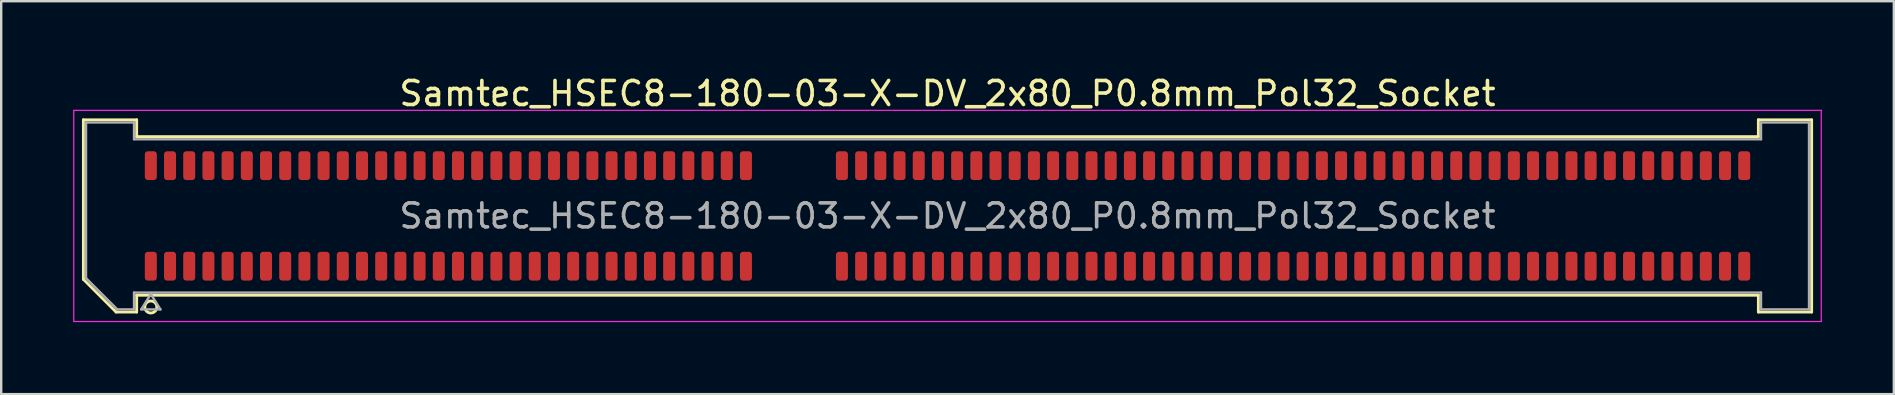
<source format=kicad_pcb>
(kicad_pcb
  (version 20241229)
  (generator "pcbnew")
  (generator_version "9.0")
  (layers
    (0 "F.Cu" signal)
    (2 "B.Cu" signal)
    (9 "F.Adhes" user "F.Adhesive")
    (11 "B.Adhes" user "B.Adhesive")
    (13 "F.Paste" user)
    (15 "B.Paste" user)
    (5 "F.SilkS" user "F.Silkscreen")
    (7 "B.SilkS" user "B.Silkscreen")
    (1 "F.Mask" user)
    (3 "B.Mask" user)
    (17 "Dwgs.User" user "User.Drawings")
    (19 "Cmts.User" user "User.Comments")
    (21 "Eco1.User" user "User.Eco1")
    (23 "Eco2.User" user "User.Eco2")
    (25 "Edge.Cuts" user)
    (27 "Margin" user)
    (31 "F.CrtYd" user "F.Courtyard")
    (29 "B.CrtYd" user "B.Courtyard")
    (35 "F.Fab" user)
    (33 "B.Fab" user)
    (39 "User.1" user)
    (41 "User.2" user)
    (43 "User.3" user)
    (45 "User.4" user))
  (footprint "Samtec_HSEC8-180-03-X-DV_2x80_P0.8mm_Pol32_Socket"
    (layer "F.Cu")
    (at 36.435 5.948)
    (property "Reference" "Samtec_HSEC8-180-03-X-DV_2x80_P0.8mm_Pol32_Socket" (at 0 -5.1 0) (layer "F.SilkS") (effects (font (size 1 1) (thickness 0.15))))
    (attr smd)
    (fp_line (start -36.01 -4.005) (end -33.79 -4.005) (stroke (width 0.12) (type solid)) (layer "F.SilkS"))
    (fp_line (start -36.01 2.641) (end -36.01 -4.005) (stroke (width 0.12) (type solid)) (layer "F.SilkS"))
    (fp_line (start -34.646 4.005) (end -36.01 2.641) (stroke (width 0.12) (type solid)) (layer "F.SilkS"))
    (fp_line (start -33.79 -4.005) (end -33.79 -3.305) (stroke (width 0.12) (type solid)) (layer "F.SilkS"))
    (fp_line (start -33.79 -3.305) (end 33.79 -3.305) (stroke (width 0.12) (type solid)) (layer "F.SilkS"))
    (fp_line (start -33.79 3.305) (end -33.79 4.005) (stroke (width 0.12) (type solid)) (layer "F.SilkS"))
    (fp_line (start -33.79 4.005) (end -34.646 4.005) (stroke (width 0.12) (type solid)) (layer "F.SilkS"))
    (fp_line (start 33.79 -4.005) (end 36.01 -4.005) (stroke (width 0.12) (type solid)) (layer "F.SilkS"))
    (fp_line (start 33.79 -3.305) (end 33.79 -4.005) (stroke (width 0.12) (type solid)) (layer "F.SilkS"))
    (fp_line (start 33.79 3.305) (end -33.79 3.305) (stroke (width 0.12) (type solid)) (layer "F.SilkS"))
    (fp_line (start 33.79 4.005) (end 33.79 3.305) (stroke (width 0.12) (type solid)) (layer "F.SilkS"))
    (fp_line (start 36.01 -4.005) (end 36.01 4.005) (stroke (width 0.12) (type solid)) (layer "F.SilkS"))
    (fp_line (start 36.01 4.005) (end 33.79 4.005) (stroke (width 0.12) (type solid)) (layer "F.SilkS"))
    (fp_circle (center -33.2 3.795) (end -32.95 3.795) (stroke (width 0.12) (type solid)) (fill no) (layer "F.SilkS"))
    (fp_line (start -36.41 -4.4) (end -36.41 4.4) (stroke (width 0.05) (type solid)) (layer "F.CrtYd"))
    (fp_line (start -36.41 4.4) (end 36.41 4.4) (stroke (width 0.05) (type solid)) (layer "F.CrtYd"))
    (fp_line (start 36.41 -4.4) (end -36.41 -4.4) (stroke (width 0.05) (type solid)) (layer "F.CrtYd"))
    (fp_line (start 36.41 4.4) (end 36.41 -4.4) (stroke (width 0.05) (type solid)) (layer "F.CrtYd"))
    (fp_line (start -35.9 -3.895) (end -33.9 -3.895) (stroke (width 0.1) (type solid)) (layer "F.Fab"))
    (fp_line (start -35.9 2.595) (end -35.9 -3.895) (stroke (width 0.1) (type solid)) (layer "F.Fab"))
    (fp_line (start -34.6 3.895) (end -35.9 2.595) (stroke (width 0.1) (type solid)) (layer "F.Fab"))
    (fp_line (start -33.9 -3.895) (end -33.9 -3.195) (stroke (width 0.1) (type solid)) (layer "F.Fab"))
    (fp_line (start -33.9 -3.195) (end 33.9 -3.195) (stroke (width 0.1) (type solid)) (layer "F.Fab"))
    (fp_line (start -33.9 3.195) (end -33.9 3.895) (stroke (width 0.1) (type solid)) (layer "F.Fab"))
    (fp_line (start -33.9 3.895) (end -34.6 3.895) (stroke (width 0.1) (type solid)) (layer "F.Fab"))
    (fp_line (start -33.6 3.895) (end -33.2 3.255) (stroke (width 0.1) (type solid)) (layer "F.Fab"))
    (fp_line (start -33.2 3.255) (end -32.8 3.895) (stroke (width 0.1) (type solid)) (layer "F.Fab"))
    (fp_line (start -32.8 3.895) (end -33.6 3.895) (stroke (width 0.1) (type solid)) (layer "F.Fab"))
    (fp_line (start 33.9 -3.895) (end 35.9 -3.895) (stroke (width 0.1) (type solid)) (layer "F.Fab"))
    (fp_line (start 33.9 -3.195) (end 33.9 -3.895) (stroke (width 0.1) (type solid)) (layer "F.Fab"))
    (fp_line (start 33.9 3.195) (end -33.9 3.195) (stroke (width 0.1) (type solid)) (layer "F.Fab"))
    (fp_line (start 33.9 3.895) (end 33.9 3.195) (stroke (width 0.1) (type solid)) (layer "F.Fab"))
    (fp_line (start 35.9 -3.895) (end 35.9 3.895) (stroke (width 0.1) (type solid)) (layer "F.Fab"))
    (fp_line (start 35.9 3.895) (end 33.9 3.895) (stroke (width 0.1) (type solid)) (layer "F.Fab"))
    (fp_text user "${REFERENCE}" (at 0 0 0) (layer "F.Fab") (effects (font (size 1 1) (thickness 0.15))))
    (pad "1" smd roundrect (at -33.2 2.095) (size 0.5 1.2) (layers "F.Cu" "F.Mask" "F.Paste") (roundrect_rratio 0.25))
    (pad "2" smd roundrect (at -33.2 -2.095) (size 0.5 1.2) (layers "F.Cu" "F.Mask" "F.Paste") (roundrect_rratio 0.25))
    (pad "3" smd roundrect (at -32.4 2.095) (size 0.5 1.2) (layers "F.Cu" "F.Mask" "F.Paste") (roundrect_rratio 0.25))
    (pad "4" smd roundrect (at -32.4 -2.095) (size 0.5 1.2) (layers "F.Cu" "F.Mask" "F.Paste") (roundrect_rratio 0.25))
    (pad "5" smd roundrect (at -31.6 2.095) (size 0.5 1.2) (layers "F.Cu" "F.Mask" "F.Paste") (roundrect_rratio 0.25))
    (pad "6" smd roundrect (at -31.6 -2.095) (size 0.5 1.2) (layers "F.Cu" "F.Mask" "F.Paste") (roundrect_rratio 0.25))
    (pad "7" smd roundrect (at -30.8 2.095) (size 0.5 1.2) (layers "F.Cu" "F.Mask" "F.Paste") (roundrect_rratio 0.25))
    (pad "8" smd roundrect (at -30.8 -2.095) (size 0.5 1.2) (layers "F.Cu" "F.Mask" "F.Paste") (roundrect_rratio 0.25))
    (pad "9" smd roundrect (at -30 2.095) (size 0.5 1.2) (layers "F.Cu" "F.Mask" "F.Paste") (roundrect_rratio 0.25))
    (pad "10" smd roundrect (at -30 -2.095) (size 0.5 1.2) (layers "F.Cu" "F.Mask" "F.Paste") (roundrect_rratio 0.25))
    (pad "11" smd roundrect (at -29.2 2.095) (size 0.5 1.2) (layers "F.Cu" "F.Mask" "F.Paste") (roundrect_rratio 0.25))
    (pad "12" smd roundrect (at -29.2 -2.095) (size 0.5 1.2) (layers "F.Cu" "F.Mask" "F.Paste") (roundrect_rratio 0.25))
    (pad "13" smd roundrect (at -28.4 2.095) (size 0.5 1.2) (layers "F.Cu" "F.Mask" "F.Paste") (roundrect_rratio 0.25))
    (pad "14" smd roundrect (at -28.4 -2.095) (size 0.5 1.2) (layers "F.Cu" "F.Mask" "F.Paste") (roundrect_rratio 0.25))
    (pad "15" smd roundrect (at -27.6 2.095) (size 0.5 1.2) (layers "F.Cu" "F.Mask" "F.Paste") (roundrect_rratio 0.25))
    (pad "16" smd roundrect (at -27.6 -2.095) (size 0.5 1.2) (layers "F.Cu" "F.Mask" "F.Paste") (roundrect_rratio 0.25))
    (pad "17" smd roundrect (at -26.8 2.095) (size 0.5 1.2) (layers "F.Cu" "F.Mask" "F.Paste") (roundrect_rratio 0.25))
    (pad "18" smd roundrect (at -26.8 -2.095) (size 0.5 1.2) (layers "F.Cu" "F.Mask" "F.Paste") (roundrect_rratio 0.25))
    (pad "19" smd roundrect (at -26 2.095) (size 0.5 1.2) (layers "F.Cu" "F.Mask" "F.Paste") (roundrect_rratio 0.25))
    (pad "20" smd roundrect (at -26 -2.095) (size 0.5 1.2) (layers "F.Cu" "F.Mask" "F.Paste") (roundrect_rratio 0.25))
    (pad "21" smd roundrect (at -25.2 2.095) (size 0.5 1.2) (layers "F.Cu" "F.Mask" "F.Paste") (roundrect_rratio 0.25))
    (pad "22" smd roundrect (at -25.2 -2.095) (size 0.5 1.2) (layers "F.Cu" "F.Mask" "F.Paste") (roundrect_rratio 0.25))
    (pad "23" smd roundrect (at -24.4 2.095) (size 0.5 1.2) (layers "F.Cu" "F.Mask" "F.Paste") (roundrect_rratio 0.25))
    (pad "24" smd roundrect (at -24.4 -2.095) (size 0.5 1.2) (layers "F.Cu" "F.Mask" "F.Paste") (roundrect_rratio 0.25))
    (pad "25" smd roundrect (at -23.6 2.095) (size 0.5 1.2) (layers "F.Cu" "F.Mask" "F.Paste") (roundrect_rratio 0.25))
    (pad "26" smd roundrect (at -23.6 -2.095) (size 0.5 1.2) (layers "F.Cu" "F.Mask" "F.Paste") (roundrect_rratio 0.25))
    (pad "27" smd roundrect (at -22.8 2.095) (size 0.5 1.2) (layers "F.Cu" "F.Mask" "F.Paste") (roundrect_rratio 0.25))
    (pad "28" smd roundrect (at -22.8 -2.095) (size 0.5 1.2) (layers "F.Cu" "F.Mask" "F.Paste") (roundrect_rratio 0.25))
    (pad "29" smd roundrect (at -22 2.095) (size 0.5 1.2) (layers "F.Cu" "F.Mask" "F.Paste") (roundrect_rratio 0.25))
    (pad "30" smd roundrect (at -22 -2.095) (size 0.5 1.2) (layers "F.Cu" "F.Mask" "F.Paste") (roundrect_rratio 0.25))
    (pad "31" smd roundrect (at -21.2 2.095) (size 0.5 1.2) (layers "F.Cu" "F.Mask" "F.Paste") (roundrect_rratio 0.25))
    (pad "32" smd roundrect (at -21.2 -2.095) (size 0.5 1.2) (layers "F.Cu" "F.Mask" "F.Paste") (roundrect_rratio 0.25))
    (pad "33" smd roundrect (at -20.4 2.095) (size 0.5 1.2) (layers "F.Cu" "F.Mask" "F.Paste") (roundrect_rratio 0.25))
    (pad "34" smd roundrect (at -20.4 -2.095) (size 0.5 1.2) (layers "F.Cu" "F.Mask" "F.Paste") (roundrect_rratio 0.25))
    (pad "35" smd roundrect (at -19.6 2.095) (size 0.5 1.2) (layers "F.Cu" "F.Mask" "F.Paste") (roundrect_rratio 0.25))
    (pad "36" smd roundrect (at -19.6 -2.095) (size 0.5 1.2) (layers "F.Cu" "F.Mask" "F.Paste") (roundrect_rratio 0.25))
    (pad "37" smd roundrect (at -18.8 2.095) (size 0.5 1.2) (layers "F.Cu" "F.Mask" "F.Paste") (roundrect_rratio 0.25))
    (pad "38" smd roundrect (at -18.8 -2.095) (size 0.5 1.2) (layers "F.Cu" "F.Mask" "F.Paste") (roundrect_rratio 0.25))
    (pad "39" smd roundrect (at -18 2.095) (size 0.5 1.2) (layers "F.Cu" "F.Mask" "F.Paste") (roundrect_rratio 0.25))
    (pad "40" smd roundrect (at -18 -2.095) (size 0.5 1.2) (layers "F.Cu" "F.Mask" "F.Paste") (roundrect_rratio 0.25))
    (pad "41" smd roundrect (at -17.2 2.095) (size 0.5 1.2) (layers "F.Cu" "F.Mask" "F.Paste") (roundrect_rratio 0.25))
    (pad "42" smd roundrect (at -17.2 -2.095) (size 0.5 1.2) (layers "F.Cu" "F.Mask" "F.Paste") (roundrect_rratio 0.25))
    (pad "43" smd roundrect (at -16.4 2.095) (size 0.5 1.2) (layers "F.Cu" "F.Mask" "F.Paste") (roundrect_rratio 0.25))
    (pad "44" smd roundrect (at -16.4 -2.095) (size 0.5 1.2) (layers "F.Cu" "F.Mask" "F.Paste") (roundrect_rratio 0.25))
    (pad "45" smd roundrect (at -15.6 2.095) (size 0.5 1.2) (layers "F.Cu" "F.Mask" "F.Paste") (roundrect_rratio 0.25))
    (pad "46" smd roundrect (at -15.6 -2.095) (size 0.5 1.2) (layers "F.Cu" "F.Mask" "F.Paste") (roundrect_rratio 0.25))
    (pad "47" smd roundrect (at -14.8 2.095) (size 0.5 1.2) (layers "F.Cu" "F.Mask" "F.Paste") (roundrect_rratio 0.25))
    (pad "48" smd roundrect (at -14.8 -2.095) (size 0.5 1.2) (layers "F.Cu" "F.Mask" "F.Paste") (roundrect_rratio 0.25))
    (pad "49" smd roundrect (at -14 2.095) (size 0.5 1.2) (layers "F.Cu" "F.Mask" "F.Paste") (roundrect_rratio 0.25))
    (pad "50" smd roundrect (at -14 -2.095) (size 0.5 1.2) (layers "F.Cu" "F.Mask" "F.Paste") (roundrect_rratio 0.25))
    (pad "51" smd roundrect (at -13.2 2.095) (size 0.5 1.2) (layers "F.Cu" "F.Mask" "F.Paste") (roundrect_rratio 0.25))
    (pad "52" smd roundrect (at -13.2 -2.095) (size 0.5 1.2) (layers "F.Cu" "F.Mask" "F.Paste") (roundrect_rratio 0.25))
    (pad "53" smd roundrect (at -12.4 2.095) (size 0.5 1.2) (layers "F.Cu" "F.Mask" "F.Paste") (roundrect_rratio 0.25))
    (pad "54" smd roundrect (at -12.4 -2.095) (size 0.5 1.2) (layers "F.Cu" "F.Mask" "F.Paste") (roundrect_rratio 0.25))
    (pad "55" smd roundrect (at -11.6 2.095) (size 0.5 1.2) (layers "F.Cu" "F.Mask" "F.Paste") (roundrect_rratio 0.25))
    (pad "56" smd roundrect (at -11.6 -2.095) (size 0.5 1.2) (layers "F.Cu" "F.Mask" "F.Paste") (roundrect_rratio 0.25))
    (pad "57" smd roundrect (at -10.8 2.095) (size 0.5 1.2) (layers "F.Cu" "F.Mask" "F.Paste") (roundrect_rratio 0.25))
    (pad "58" smd roundrect (at -10.8 -2.095) (size 0.5 1.2) (layers "F.Cu" "F.Mask" "F.Paste") (roundrect_rratio 0.25))
    (pad "59" smd roundrect (at -10 2.095) (size 0.5 1.2) (layers "F.Cu" "F.Mask" "F.Paste") (roundrect_rratio 0.25))
    (pad "60" smd roundrect (at -10 -2.095) (size 0.5 1.2) (layers "F.Cu" "F.Mask" "F.Paste") (roundrect_rratio 0.25))
    (pad "61" smd roundrect (at -9.2 2.095) (size 0.5 1.2) (layers "F.Cu" "F.Mask" "F.Paste") (roundrect_rratio 0.25))
    (pad "62" smd roundrect (at -9.2 -2.095) (size 0.5 1.2) (layers "F.Cu" "F.Mask" "F.Paste") (roundrect_rratio 0.25))
    (pad "63" smd roundrect (at -8.4 2.095) (size 0.5 1.2) (layers "F.Cu" "F.Mask" "F.Paste") (roundrect_rratio 0.25))
    (pad "64" smd roundrect (at -8.4 -2.095) (size 0.5 1.2) (layers "F.Cu" "F.Mask" "F.Paste") (roundrect_rratio 0.25))
    (pad "65" smd roundrect (at -4.4 2.095) (size 0.5 1.2) (layers "F.Cu" "F.Mask" "F.Paste") (roundrect_rratio 0.25))
    (pad "66" smd roundrect (at -4.4 -2.095) (size 0.5 1.2) (layers "F.Cu" "F.Mask" "F.Paste") (roundrect_rratio 0.25))
    (pad "67" smd roundrect (at -3.6 2.095) (size 0.5 1.2) (layers "F.Cu" "F.Mask" "F.Paste") (roundrect_rratio 0.25))
    (pad "68" smd roundrect (at -3.6 -2.095) (size 0.5 1.2) (layers "F.Cu" "F.Mask" "F.Paste") (roundrect_rratio 0.25))
    (pad "69" smd roundrect (at -2.8 2.095) (size 0.5 1.2) (layers "F.Cu" "F.Mask" "F.Paste") (roundrect_rratio 0.25))
    (pad "70" smd roundrect (at -2.8 -2.095) (size 0.5 1.2) (layers "F.Cu" "F.Mask" "F.Paste") (roundrect_rratio 0.25))
    (pad "71" smd roundrect (at -2 2.095) (size 0.5 1.2) (layers "F.Cu" "F.Mask" "F.Paste") (roundrect_rratio 0.25))
    (pad "72" smd roundrect (at -2 -2.095) (size 0.5 1.2) (layers "F.Cu" "F.Mask" "F.Paste") (roundrect_rratio 0.25))
    (pad "73" smd roundrect (at -1.2 2.095) (size 0.5 1.2) (layers "F.Cu" "F.Mask" "F.Paste") (roundrect_rratio 0.25))
    (pad "74" smd roundrect (at -1.2 -2.095) (size 0.5 1.2) (layers "F.Cu" "F.Mask" "F.Paste") (roundrect_rratio 0.25))
    (pad "75" smd roundrect (at -0.4 2.095) (size 0.5 1.2) (layers "F.Cu" "F.Mask" "F.Paste") (roundrect_rratio 0.25))
    (pad "76" smd roundrect (at -0.4 -2.095) (size 0.5 1.2) (layers "F.Cu" "F.Mask" "F.Paste") (roundrect_rratio 0.25))
    (pad "77" smd roundrect (at 0.4 2.095) (size 0.5 1.2) (layers "F.Cu" "F.Mask" "F.Paste") (roundrect_rratio 0.25))
    (pad "78" smd roundrect (at 0.4 -2.095) (size 0.5 1.2) (layers "F.Cu" "F.Mask" "F.Paste") (roundrect_rratio 0.25))
    (pad "79" smd roundrect (at 1.2 2.095) (size 0.5 1.2) (layers "F.Cu" "F.Mask" "F.Paste") (roundrect_rratio 0.25))
    (pad "80" smd roundrect (at 1.2 -2.095) (size 0.5 1.2) (layers "F.Cu" "F.Mask" "F.Paste") (roundrect_rratio 0.25))
    (pad "81" smd roundrect (at 2 2.095) (size 0.5 1.2) (layers "F.Cu" "F.Mask" "F.Paste") (roundrect_rratio 0.25))
    (pad "82" smd roundrect (at 2 -2.095) (size 0.5 1.2) (layers "F.Cu" "F.Mask" "F.Paste") (roundrect_rratio 0.25))
    (pad "83" smd roundrect (at 2.8 2.095) (size 0.5 1.2) (layers "F.Cu" "F.Mask" "F.Paste") (roundrect_rratio 0.25))
    (pad "84" smd roundrect (at 2.8 -2.095) (size 0.5 1.2) (layers "F.Cu" "F.Mask" "F.Paste") (roundrect_rratio 0.25))
    (pad "85" smd roundrect (at 3.6 2.095) (size 0.5 1.2) (layers "F.Cu" "F.Mask" "F.Paste") (roundrect_rratio 0.25))
    (pad "86" smd roundrect (at 3.6 -2.095) (size 0.5 1.2) (layers "F.Cu" "F.Mask" "F.Paste") (roundrect_rratio 0.25))
    (pad "87" smd roundrect (at 4.4 2.095) (size 0.5 1.2) (layers "F.Cu" "F.Mask" "F.Paste") (roundrect_rratio 0.25))
    (pad "88" smd roundrect (at 4.4 -2.095) (size 0.5 1.2) (layers "F.Cu" "F.Mask" "F.Paste") (roundrect_rratio 0.25))
    (pad "89" smd roundrect (at 5.2 2.095) (size 0.5 1.2) (layers "F.Cu" "F.Mask" "F.Paste") (roundrect_rratio 0.25))
    (pad "90" smd roundrect (at 5.2 -2.095) (size 0.5 1.2) (layers "F.Cu" "F.Mask" "F.Paste") (roundrect_rratio 0.25))
    (pad "91" smd roundrect (at 6 2.095) (size 0.5 1.2) (layers "F.Cu" "F.Mask" "F.Paste") (roundrect_rratio 0.25))
    (pad "92" smd roundrect (at 6 -2.095) (size 0.5 1.2) (layers "F.Cu" "F.Mask" "F.Paste") (roundrect_rratio 0.25))
    (pad "93" smd roundrect (at 6.8 2.095) (size 0.5 1.2) (layers "F.Cu" "F.Mask" "F.Paste") (roundrect_rratio 0.25))
    (pad "94" smd roundrect (at 6.8 -2.095) (size 0.5 1.2) (layers "F.Cu" "F.Mask" "F.Paste") (roundrect_rratio 0.25))
    (pad "95" smd roundrect (at 7.6 2.095) (size 0.5 1.2) (layers "F.Cu" "F.Mask" "F.Paste") (roundrect_rratio 0.25))
    (pad "96" smd roundrect (at 7.6 -2.095) (size 0.5 1.2) (layers "F.Cu" "F.Mask" "F.Paste") (roundrect_rratio 0.25))
    (pad "97" smd roundrect (at 8.4 2.095) (size 0.5 1.2) (layers "F.Cu" "F.Mask" "F.Paste") (roundrect_rratio 0.25))
    (pad "98" smd roundrect (at 8.4 -2.095) (size 0.5 1.2) (layers "F.Cu" "F.Mask" "F.Paste") (roundrect_rratio 0.25))
    (pad "99" smd roundrect (at 9.2 2.095) (size 0.5 1.2) (layers "F.Cu" "F.Mask" "F.Paste") (roundrect_rratio 0.25))
    (pad "100" smd roundrect (at 9.2 -2.095) (size 0.5 1.2) (layers "F.Cu" "F.Mask" "F.Paste") (roundrect_rratio 0.25))
    (pad "101" smd roundrect (at 10 2.095) (size 0.5 1.2) (layers "F.Cu" "F.Mask" "F.Paste") (roundrect_rratio 0.25))
    (pad "102" smd roundrect (at 10 -2.095) (size 0.5 1.2) (layers "F.Cu" "F.Mask" "F.Paste") (roundrect_rratio 0.25))
    (pad "103" smd roundrect (at 10.8 2.095) (size 0.5 1.2) (layers "F.Cu" "F.Mask" "F.Paste") (roundrect_rratio 0.25))
    (pad "104" smd roundrect (at 10.8 -2.095) (size 0.5 1.2) (layers "F.Cu" "F.Mask" "F.Paste") (roundrect_rratio 0.25))
    (pad "105" smd roundrect (at 11.6 2.095) (size 0.5 1.2) (layers "F.Cu" "F.Mask" "F.Paste") (roundrect_rratio 0.25))
    (pad "106" smd roundrect (at 11.6 -2.095) (size 0.5 1.2) (layers "F.Cu" "F.Mask" "F.Paste") (roundrect_rratio 0.25))
    (pad "107" smd roundrect (at 12.4 2.095) (size 0.5 1.2) (layers "F.Cu" "F.Mask" "F.Paste") (roundrect_rratio 0.25))
    (pad "108" smd roundrect (at 12.4 -2.095) (size 0.5 1.2) (layers "F.Cu" "F.Mask" "F.Paste") (roundrect_rratio 0.25))
    (pad "109" smd roundrect (at 13.2 2.095) (size 0.5 1.2) (layers "F.Cu" "F.Mask" "F.Paste") (roundrect_rratio 0.25))
    (pad "110" smd roundrect (at 13.2 -2.095) (size 0.5 1.2) (layers "F.Cu" "F.Mask" "F.Paste") (roundrect_rratio 0.25))
    (pad "111" smd roundrect (at 14 2.095) (size 0.5 1.2) (layers "F.Cu" "F.Mask" "F.Paste") (roundrect_rratio 0.25))
    (pad "112" smd roundrect (at 14 -2.095) (size 0.5 1.2) (layers "F.Cu" "F.Mask" "F.Paste") (roundrect_rratio 0.25))
    (pad "113" smd roundrect (at 14.8 2.095) (size 0.5 1.2) (layers "F.Cu" "F.Mask" "F.Paste") (roundrect_rratio 0.25))
    (pad "114" smd roundrect (at 14.8 -2.095) (size 0.5 1.2) (layers "F.Cu" "F.Mask" "F.Paste") (roundrect_rratio 0.25))
    (pad "115" smd roundrect (at 15.6 2.095) (size 0.5 1.2) (layers "F.Cu" "F.Mask" "F.Paste") (roundrect_rratio 0.25))
    (pad "116" smd roundrect (at 15.6 -2.095) (size 0.5 1.2) (layers "F.Cu" "F.Mask" "F.Paste") (roundrect_rratio 0.25))
    (pad "117" smd roundrect (at 16.4 2.095) (size 0.5 1.2) (layers "F.Cu" "F.Mask" "F.Paste") (roundrect_rratio 0.25))
    (pad "118" smd roundrect (at 16.4 -2.095) (size 0.5 1.2) (layers "F.Cu" "F.Mask" "F.Paste") (roundrect_rratio 0.25))
    (pad "119" smd roundrect (at 17.2 2.095) (size 0.5 1.2) (layers "F.Cu" "F.Mask" "F.Paste") (roundrect_rratio 0.25))
    (pad "120" smd roundrect (at 17.2 -2.095) (size 0.5 1.2) (layers "F.Cu" "F.Mask" "F.Paste") (roundrect_rratio 0.25))
    (pad "121" smd roundrect (at 18 2.095) (size 0.5 1.2) (layers "F.Cu" "F.Mask" "F.Paste") (roundrect_rratio 0.25))
    (pad "122" smd roundrect (at 18 -2.095) (size 0.5 1.2) (layers "F.Cu" "F.Mask" "F.Paste") (roundrect_rratio 0.25))
    (pad "123" smd roundrect (at 18.8 2.095) (size 0.5 1.2) (layers "F.Cu" "F.Mask" "F.Paste") (roundrect_rratio 0.25))
    (pad "124" smd roundrect (at 18.8 -2.095) (size 0.5 1.2) (layers "F.Cu" "F.Mask" "F.Paste") (roundrect_rratio 0.25))
    (pad "125" smd roundrect (at 19.6 2.095) (size 0.5 1.2) (layers "F.Cu" "F.Mask" "F.Paste") (roundrect_rratio 0.25))
    (pad "126" smd roundrect (at 19.6 -2.095) (size 0.5 1.2) (layers "F.Cu" "F.Mask" "F.Paste") (roundrect_rratio 0.25))
    (pad "127" smd roundrect (at 20.4 2.095) (size 0.5 1.2) (layers "F.Cu" "F.Mask" "F.Paste") (roundrect_rratio 0.25))
    (pad "128" smd roundrect (at 20.4 -2.095) (size 0.5 1.2) (layers "F.Cu" "F.Mask" "F.Paste") (roundrect_rratio 0.25))
    (pad "129" smd roundrect (at 21.2 2.095) (size 0.5 1.2) (layers "F.Cu" "F.Mask" "F.Paste") (roundrect_rratio 0.25))
    (pad "130" smd roundrect (at 21.2 -2.095) (size 0.5 1.2) (layers "F.Cu" "F.Mask" "F.Paste") (roundrect_rratio 0.25))
    (pad "131" smd roundrect (at 22 2.095) (size 0.5 1.2) (layers "F.Cu" "F.Mask" "F.Paste") (roundrect_rratio 0.25))
    (pad "132" smd roundrect (at 22 -2.095) (size 0.5 1.2) (layers "F.Cu" "F.Mask" "F.Paste") (roundrect_rratio 0.25))
    (pad "133" smd roundrect (at 22.8 2.095) (size 0.5 1.2) (layers "F.Cu" "F.Mask" "F.Paste") (roundrect_rratio 0.25))
    (pad "134" smd roundrect (at 22.8 -2.095) (size 0.5 1.2) (layers "F.Cu" "F.Mask" "F.Paste") (roundrect_rratio 0.25))
    (pad "135" smd roundrect (at 23.6 2.095) (size 0.5 1.2) (layers "F.Cu" "F.Mask" "F.Paste") (roundrect_rratio 0.25))
    (pad "136" smd roundrect (at 23.6 -2.095) (size 0.5 1.2) (layers "F.Cu" "F.Mask" "F.Paste") (roundrect_rratio 0.25))
    (pad "137" smd roundrect (at 24.4 2.095) (size 0.5 1.2) (layers "F.Cu" "F.Mask" "F.Paste") (roundrect_rratio 0.25))
    (pad "138" smd roundrect (at 24.4 -2.095) (size 0.5 1.2) (layers "F.Cu" "F.Mask" "F.Paste") (roundrect_rratio 0.25))
    (pad "139" smd roundrect (at 25.2 2.095) (size 0.5 1.2) (layers "F.Cu" "F.Mask" "F.Paste") (roundrect_rratio 0.25))
    (pad "140" smd roundrect (at 25.2 -2.095) (size 0.5 1.2) (layers "F.Cu" "F.Mask" "F.Paste") (roundrect_rratio 0.25))
    (pad "141" smd roundrect (at 26 2.095) (size 0.5 1.2) (layers "F.Cu" "F.Mask" "F.Paste") (roundrect_rratio 0.25))
    (pad "142" smd roundrect (at 26 -2.095) (size 0.5 1.2) (layers "F.Cu" "F.Mask" "F.Paste") (roundrect_rratio 0.25))
    (pad "143" smd roundrect (at 26.8 2.095) (size 0.5 1.2) (layers "F.Cu" "F.Mask" "F.Paste") (roundrect_rratio 0.25))
    (pad "144" smd roundrect (at 26.8 -2.095) (size 0.5 1.2) (layers "F.Cu" "F.Mask" "F.Paste") (roundrect_rratio 0.25))
    (pad "145" smd roundrect (at 27.6 2.095) (size 0.5 1.2) (layers "F.Cu" "F.Mask" "F.Paste") (roundrect_rratio 0.25))
    (pad "146" smd roundrect (at 27.6 -2.095) (size 0.5 1.2) (layers "F.Cu" "F.Mask" "F.Paste") (roundrect_rratio 0.25))
    (pad "147" smd roundrect (at 28.4 2.095) (size 0.5 1.2) (layers "F.Cu" "F.Mask" "F.Paste") (roundrect_rratio 0.25))
    (pad "148" smd roundrect (at 28.4 -2.095) (size 0.5 1.2) (layers "F.Cu" "F.Mask" "F.Paste") (roundrect_rratio 0.25))
    (pad "149" smd roundrect (at 29.2 2.095) (size 0.5 1.2) (layers "F.Cu" "F.Mask" "F.Paste") (roundrect_rratio 0.25))
    (pad "150" smd roundrect (at 29.2 -2.095) (size 0.5 1.2) (layers "F.Cu" "F.Mask" "F.Paste") (roundrect_rratio 0.25))
    (pad "151" smd roundrect (at 30 2.095) (size 0.5 1.2) (layers "F.Cu" "F.Mask" "F.Paste") (roundrect_rratio 0.25))
    (pad "152" smd roundrect (at 30 -2.095) (size 0.5 1.2) (layers "F.Cu" "F.Mask" "F.Paste") (roundrect_rratio 0.25))
    (pad "153" smd roundrect (at 30.8 2.095) (size 0.5 1.2) (layers "F.Cu" "F.Mask" "F.Paste") (roundrect_rratio 0.25))
    (pad "154" smd roundrect (at 30.8 -2.095) (size 0.5 1.2) (layers "F.Cu" "F.Mask" "F.Paste") (roundrect_rratio 0.25))
    (pad "155" smd roundrect (at 31.6 2.095) (size 0.5 1.2) (layers "F.Cu" "F.Mask" "F.Paste") (roundrect_rratio 0.25))
    (pad "156" smd roundrect (at 31.6 -2.095) (size 0.5 1.2) (layers "F.Cu" "F.Mask" "F.Paste") (roundrect_rratio 0.25))
    (pad "157" smd roundrect (at 32.4 2.095) (size 0.5 1.2) (layers "F.Cu" "F.Mask" "F.Paste") (roundrect_rratio 0.25))
    (pad "158" smd roundrect (at 32.4 -2.095) (size 0.5 1.2) (layers "F.Cu" "F.Mask" "F.Paste") (roundrect_rratio 0.25))
    (pad "159" smd roundrect (at 33.2 2.095) (size 0.5 1.2) (layers "F.Cu" "F.Mask" "F.Paste") (roundrect_rratio 0.25))
    (pad "160" smd roundrect (at 33.2 -2.095) (size 0.5 1.2) (layers "F.Cu" "F.Mask" "F.Paste") (roundrect_rratio 0.25)))
  (gr_rect
    (start -3 -3)
    (end 75.87 13.373)
    (stroke (width 0.1) (type default))
    (fill no)
    (layer "Edge.Cuts")))
</source>
